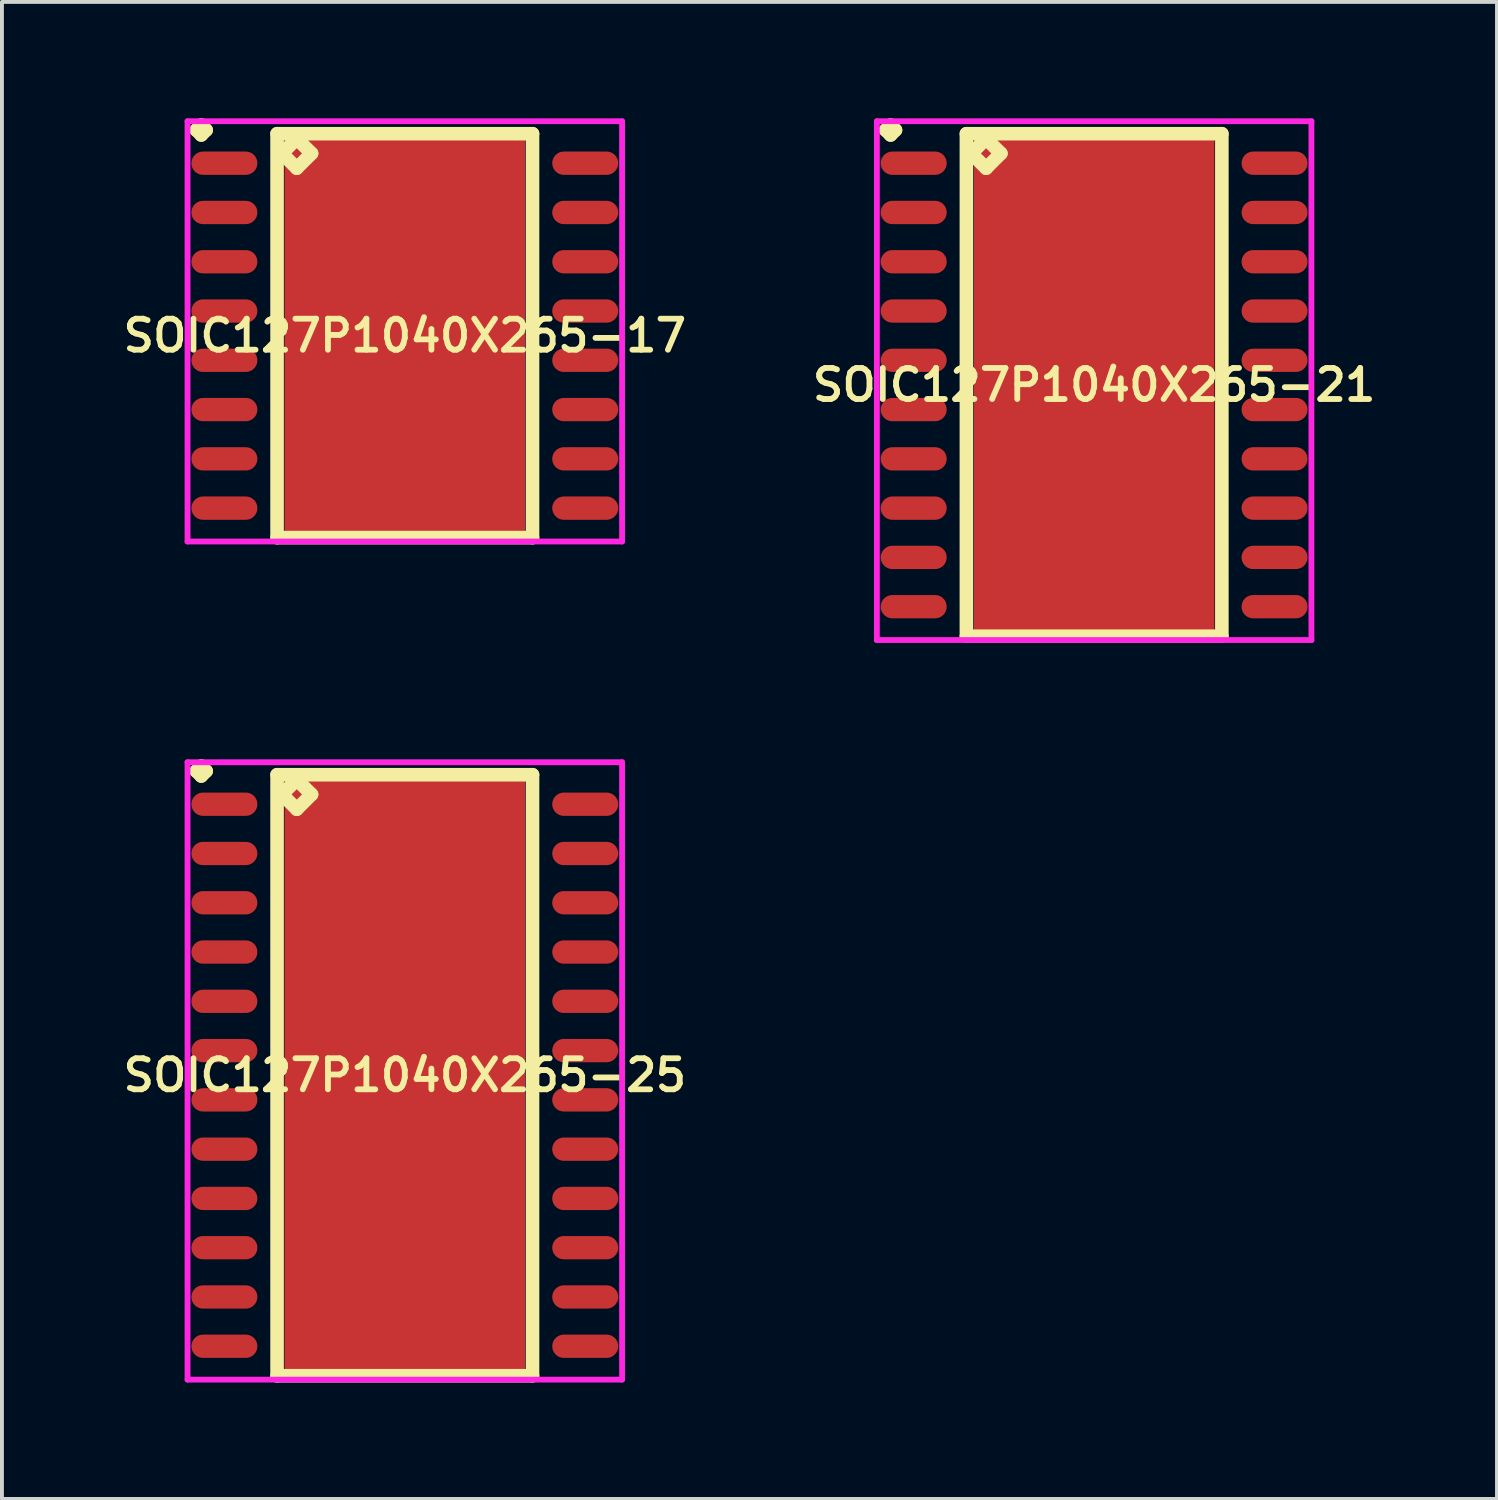
<source format=kicad_pcb>
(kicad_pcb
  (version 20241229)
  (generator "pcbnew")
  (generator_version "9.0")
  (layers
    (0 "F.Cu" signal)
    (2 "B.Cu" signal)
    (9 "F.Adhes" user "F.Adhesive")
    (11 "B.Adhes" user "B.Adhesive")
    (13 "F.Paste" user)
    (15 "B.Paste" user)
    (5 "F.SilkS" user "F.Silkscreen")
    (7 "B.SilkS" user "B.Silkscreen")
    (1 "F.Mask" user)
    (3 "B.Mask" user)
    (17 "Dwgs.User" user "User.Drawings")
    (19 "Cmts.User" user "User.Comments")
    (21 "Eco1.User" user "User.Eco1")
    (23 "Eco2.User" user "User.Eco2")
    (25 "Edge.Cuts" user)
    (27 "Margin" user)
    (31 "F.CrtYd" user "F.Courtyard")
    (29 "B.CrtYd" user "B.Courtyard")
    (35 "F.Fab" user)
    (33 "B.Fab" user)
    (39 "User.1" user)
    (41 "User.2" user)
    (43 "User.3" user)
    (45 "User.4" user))
  (footprint "SOIC127P1040X265-17"
    (layer "F.Cu")
    (at 7.383 5.601)
    (property "Reference" "SOIC127P1040X265-17" (at 0 0 0) (layer "F.SilkS") (effects (font (size 0.8 0.8) (thickness 0.15))))
    (attr smd)
    (fp_line (start -5.373 -5.299) (end -5.246 -5.426) (stroke (width 0.35) (type solid)) (layer "F.SilkS"))
    (fp_line (start -5.246 -5.426) (end -5.119 -5.299) (stroke (width 0.35) (type solid)) (layer "F.SilkS"))
    (fp_line (start -5.246 -5.172) (end -5.373 -5.299) (stroke (width 0.35) (type solid)) (layer "F.SilkS"))
    (fp_line (start -5.119 -5.299) (end -5.246 -5.172) (stroke (width 0.35) (type solid)) (layer "F.SilkS"))
    (fp_line (start -3.292 -5.205) (end -3.292 5.205) (stroke (width 0.35) (type solid)) (layer "F.SilkS"))
    (fp_line (start -3.292 5.205) (end 3.292 5.205) (stroke (width 0.35) (type solid)) (layer "F.SilkS"))
    (fp_line (start -3.165 -4.697) (end -2.784 -5.078) (stroke (width 0.35) (type solid)) (layer "F.SilkS"))
    (fp_line (start -2.784 -5.078) (end -2.403 -4.697) (stroke (width 0.35) (type solid)) (layer "F.SilkS"))
    (fp_line (start -2.784 -4.316) (end -3.165 -4.697) (stroke (width 0.35) (type solid)) (layer "F.SilkS"))
    (fp_line (start -2.403 -4.697) (end -2.784 -4.316) (stroke (width 0.35) (type solid)) (layer "F.SilkS"))
    (fp_line (start 3.292 -5.205) (end -3.292 -5.205) (stroke (width 0.35) (type solid)) (layer "F.SilkS"))
    (fp_line (start 3.292 5.205) (end 3.292 -5.205) (stroke (width 0.35) (type solid)) (layer "F.SilkS"))
    (fp_line (start -5.6 -5.526) (end 5.6 -5.526) (stroke (width 0.15) (type solid)) (layer "F.CrtYd"))
    (fp_line (start -5.6 5.305) (end -5.6 -5.526) (stroke (width 0.15) (type solid)) (layer "F.CrtYd"))
    (fp_line (start 5.6 -5.526) (end 5.6 5.305) (stroke (width 0.15) (type solid)) (layer "F.CrtYd"))
    (fp_line (start 5.6 5.305) (end -5.6 5.305) (stroke (width 0.15) (type solid)) (layer "F.CrtYd"))
    (pad "1" smd oval (at -4.65 -4.445) (size 1.7 0.6) (layers "F.Cu" "F.Mask" "F.Paste"))
    (pad "2" smd oval (at -4.65 -3.175) (size 1.7 0.6) (layers "F.Cu" "F.Mask" "F.Paste"))
    (pad "3" smd oval (at -4.65 -1.905) (size 1.7 0.6) (layers "F.Cu" "F.Mask" "F.Paste"))
    (pad "4" smd oval (at -4.65 -0.635) (size 1.7 0.6) (layers "F.Cu" "F.Mask" "F.Paste"))
    (pad "5" smd oval (at -4.65 0.635) (size 1.7 0.6) (layers "F.Cu" "F.Mask" "F.Paste"))
    (pad "6" smd oval (at -4.65 1.905) (size 1.7 0.6) (layers "F.Cu" "F.Mask" "F.Paste"))
    (pad "7" smd oval (at -4.65 3.175) (size 1.7 0.6) (layers "F.Cu" "F.Mask" "F.Paste"))
    (pad "8" smd oval (at -4.65 4.445) (size 1.7 0.6) (layers "F.Cu" "F.Mask" "F.Paste"))
    (pad "9" smd oval (at 4.65 4.445) (size 1.7 0.6) (layers "F.Cu" "F.Mask" "F.Paste"))
    (pad "10" smd oval (at 4.65 3.175) (size 1.7 0.6) (layers "F.Cu" "F.Mask" "F.Paste"))
    (pad "11" smd oval (at 4.65 1.905) (size 1.7 0.6) (layers "F.Cu" "F.Mask" "F.Paste"))
    (pad "12" smd oval (at 4.65 0.635) (size 1.7 0.6) (layers "F.Cu" "F.Mask" "F.Paste"))
    (pad "13" smd oval (at 4.65 -0.635) (size 1.7 0.6) (layers "F.Cu" "F.Mask" "F.Paste"))
    (pad "14" smd oval (at 4.65 -1.905) (size 1.7 0.6) (layers "F.Cu" "F.Mask" "F.Paste"))
    (pad "15" smd oval (at 4.65 -3.175) (size 1.7 0.6) (layers "F.Cu" "F.Mask" "F.Paste"))
    (pad "16" smd oval (at 4.65 -4.445) (size 1.7 0.6) (layers "F.Cu" "F.Mask" "F.Paste"))
    (pad "17" smd rect (at 0 0) (size 6.2 10.4) (layers "F.Cu" "F.Mask" "F.Paste")))
  (footprint "SOIC127P1040X265-21"
    (layer "F.Cu")
    (at 25.149 6.871)
    (property "Reference" "SOIC127P1040X265-21" (at 0 0 0) (layer "F.SilkS") (effects (font (size 0.8 0.8) (thickness 0.15))))
    (attr through_hole)
    (fp_line (start -5.373 -6.569) (end -5.246 -6.696) (stroke (width 0.35) (type solid)) (layer "F.SilkS"))
    (fp_line (start -5.246 -6.696) (end -5.119 -6.569) (stroke (width 0.35) (type solid)) (layer "F.SilkS"))
    (fp_line (start -5.246 -6.442) (end -5.373 -6.569) (stroke (width 0.35) (type solid)) (layer "F.SilkS"))
    (fp_line (start -5.119 -6.569) (end -5.246 -6.442) (stroke (width 0.35) (type solid)) (layer "F.SilkS"))
    (fp_line (start -3.292 -6.475) (end -3.292 6.475) (stroke (width 0.35) (type solid)) (layer "F.SilkS"))
    (fp_line (start -3.292 6.475) (end 3.292 6.475) (stroke (width 0.35) (type solid)) (layer "F.SilkS"))
    (fp_line (start -3.165 -5.967) (end -2.784 -6.348) (stroke (width 0.35) (type solid)) (layer "F.SilkS"))
    (fp_line (start -2.784 -6.348) (end -2.403 -5.967) (stroke (width 0.35) (type solid)) (layer "F.SilkS"))
    (fp_line (start -2.784 -5.586) (end -3.165 -5.967) (stroke (width 0.35) (type solid)) (layer "F.SilkS"))
    (fp_line (start -2.403 -5.967) (end -2.784 -5.586) (stroke (width 0.35) (type solid)) (layer "F.SilkS"))
    (fp_line (start 3.292 -6.475) (end -3.292 -6.475) (stroke (width 0.35) (type solid)) (layer "F.SilkS"))
    (fp_line (start 3.292 6.475) (end 3.292 -6.475) (stroke (width 0.35) (type solid)) (layer "F.SilkS"))
    (fp_line (start -5.6 -6.796) (end 5.6 -6.796) (stroke (width 0.15) (type solid)) (layer "F.CrtYd"))
    (fp_line (start -5.6 6.575) (end -5.6 -6.796) (stroke (width 0.15) (type solid)) (layer "F.CrtYd"))
    (fp_line (start 5.6 -6.796) (end 5.6 6.575) (stroke (width 0.15) (type solid)) (layer "F.CrtYd"))
    (fp_line (start 5.6 6.575) (end -5.6 6.575) (stroke (width 0.15) (type solid)) (layer "F.CrtYd"))
    (pad "1" smd oval (at -4.65 -5.715) (size 1.7 0.6) (layers "F.Cu" "F.Mask" "F.Paste"))
    (pad "2" smd oval (at -4.65 -4.445) (size 1.7 0.6) (layers "F.Cu" "F.Mask" "F.Paste"))
    (pad "3" smd oval (at -4.65 -3.175) (size 1.7 0.6) (layers "F.Cu" "F.Mask" "F.Paste"))
    (pad "4" smd oval (at -4.65 -1.905) (size 1.7 0.6) (layers "F.Cu" "F.Mask" "F.Paste"))
    (pad "5" smd oval (at -4.65 -0.635) (size 1.7 0.6) (layers "F.Cu" "F.Mask" "F.Paste"))
    (pad "6" smd oval (at -4.65 0.635) (size 1.7 0.6) (layers "F.Cu" "F.Mask" "F.Paste"))
    (pad "7" smd oval (at -4.65 1.905) (size 1.7 0.6) (layers "F.Cu" "F.Mask" "F.Paste"))
    (pad "8" smd oval (at -4.65 3.175) (size 1.7 0.6) (layers "F.Cu" "F.Mask" "F.Paste"))
    (pad "9" smd oval (at -4.65 4.445) (size 1.7 0.6) (layers "F.Cu" "F.Mask" "F.Paste"))
    (pad "10" smd oval (at -4.65 5.715) (size 1.7 0.6) (layers "F.Cu" "F.Mask" "F.Paste"))
    (pad "11" smd oval (at 4.65 5.715) (size 1.7 0.6) (layers "F.Cu" "F.Mask" "F.Paste"))
    (pad "12" smd oval (at 4.65 4.445) (size 1.7 0.6) (layers "F.Cu" "F.Mask" "F.Paste"))
    (pad "13" smd oval (at 4.65 3.175) (size 1.7 0.6) (layers "F.Cu" "F.Mask" "F.Paste"))
    (pad "14" smd oval (at 4.65 1.905) (size 1.7 0.6) (layers "F.Cu" "F.Mask" "F.Paste"))
    (pad "15" smd oval (at 4.65 0.635) (size 1.7 0.6) (layers "F.Cu" "F.Mask" "F.Paste"))
    (pad "16" smd oval (at 4.65 -0.635) (size 1.7 0.6) (layers "F.Cu" "F.Mask" "F.Paste"))
    (pad "17" smd oval (at 4.65 -1.905) (size 1.7 0.6) (layers "F.Cu" "F.Mask" "F.Paste"))
    (pad "18" smd oval (at 4.65 -3.175) (size 1.7 0.6) (layers "F.Cu" "F.Mask" "F.Paste"))
    (pad "19" smd oval (at 4.65 -4.445) (size 1.7 0.6) (layers "F.Cu" "F.Mask" "F.Paste"))
    (pad "20" smd oval (at 4.65 -5.715) (size 1.7 0.6) (layers "F.Cu" "F.Mask" "F.Paste"))
    (pad "21" smd rect (at 0 0) (size 6.2 12.95) (layers "F.Cu" "F.Mask" "F.Paste")))
  (footprint "SOIC127P1040X265-25"
    (layer "F.Cu")
    (at 7.383 24.662)
    (property "Reference" "SOIC127P1040X265-25" (at 0 0 0) (layer "F.SilkS") (effects (font (size 0.8 0.8) (thickness 0.15))))
    (attr smd)
    (fp_line (start -5.373 -7.839) (end -5.246 -7.966) (stroke (width 0.35) (type solid)) (layer "F.SilkS"))
    (fp_line (start -5.246 -7.966) (end -5.119 -7.839) (stroke (width 0.35) (type solid)) (layer "F.SilkS"))
    (fp_line (start -5.246 -7.712) (end -5.373 -7.839) (stroke (width 0.35) (type solid)) (layer "F.SilkS"))
    (fp_line (start -5.119 -7.839) (end -5.246 -7.712) (stroke (width 0.35) (type solid)) (layer "F.SilkS"))
    (fp_line (start -3.292 -7.745) (end -3.292 7.745) (stroke (width 0.35) (type solid)) (layer "F.SilkS"))
    (fp_line (start -3.292 7.745) (end 3.292 7.745) (stroke (width 0.35) (type solid)) (layer "F.SilkS"))
    (fp_line (start -3.165 -7.237) (end -2.784 -7.618) (stroke (width 0.35) (type solid)) (layer "F.SilkS"))
    (fp_line (start -2.784 -7.618) (end -2.403 -7.237) (stroke (width 0.35) (type solid)) (layer "F.SilkS"))
    (fp_line (start -2.784 -6.856) (end -3.165 -7.237) (stroke (width 0.35) (type solid)) (layer "F.SilkS"))
    (fp_line (start -2.403 -7.237) (end -2.784 -6.856) (stroke (width 0.35) (type solid)) (layer "F.SilkS"))
    (fp_line (start 3.292 -7.745) (end -3.292 -7.745) (stroke (width 0.35) (type solid)) (layer "F.SilkS"))
    (fp_line (start 3.292 7.745) (end 3.292 -7.745) (stroke (width 0.35) (type solid)) (layer "F.SilkS"))
    (fp_line (start -5.6 -8.066) (end 5.6 -8.066) (stroke (width 0.15) (type solid)) (layer "F.CrtYd"))
    (fp_line (start -5.6 7.845) (end -5.6 -8.066) (stroke (width 0.15) (type solid)) (layer "F.CrtYd"))
    (fp_line (start 5.6 -8.066) (end 5.6 7.845) (stroke (width 0.15) (type solid)) (layer "F.CrtYd"))
    (fp_line (start 5.6 7.845) (end -5.6 7.845) (stroke (width 0.15) (type solid)) (layer "F.CrtYd"))
    (pad "1" smd oval (at -4.65 -6.985) (size 1.7 0.6) (layers "F.Cu" "F.Mask" "F.Paste"))
    (pad "2" smd oval (at -4.65 -5.715) (size 1.7 0.6) (layers "F.Cu" "F.Mask" "F.Paste"))
    (pad "3" smd oval (at -4.65 -4.445) (size 1.7 0.6) (layers "F.Cu" "F.Mask" "F.Paste"))
    (pad "4" smd oval (at -4.65 -3.175) (size 1.7 0.6) (layers "F.Cu" "F.Mask" "F.Paste"))
    (pad "5" smd oval (at -4.65 -1.905) (size 1.7 0.6) (layers "F.Cu" "F.Mask" "F.Paste"))
    (pad "6" smd oval (at -4.65 -0.635) (size 1.7 0.6) (layers "F.Cu" "F.Mask" "F.Paste"))
    (pad "7" smd oval (at -4.65 0.635) (size 1.7 0.6) (layers "F.Cu" "F.Mask" "F.Paste"))
    (pad "8" smd oval (at -4.65 1.905) (size 1.7 0.6) (layers "F.Cu" "F.Mask" "F.Paste"))
    (pad "9" smd oval (at -4.65 3.175) (size 1.7 0.6) (layers "F.Cu" "F.Mask" "F.Paste"))
    (pad "10" smd oval (at -4.65 4.445) (size 1.7 0.6) (layers "F.Cu" "F.Mask" "F.Paste"))
    (pad "11" smd oval (at -4.65 5.715) (size 1.7 0.6) (layers "F.Cu" "F.Mask" "F.Paste"))
    (pad "12" smd oval (at -4.65 6.985) (size 1.7 0.6) (layers "F.Cu" "F.Mask" "F.Paste"))
    (pad "13" smd oval (at 4.65 6.985) (size 1.7 0.6) (layers "F.Cu" "F.Mask" "F.Paste"))
    (pad "14" smd oval (at 4.65 5.715) (size 1.7 0.6) (layers "F.Cu" "F.Mask" "F.Paste"))
    (pad "15" smd oval (at 4.65 4.445) (size 1.7 0.6) (layers "F.Cu" "F.Mask" "F.Paste"))
    (pad "16" smd oval (at 4.65 3.175) (size 1.7 0.6) (layers "F.Cu" "F.Mask" "F.Paste"))
    (pad "17" smd oval (at 4.65 1.905) (size 1.7 0.6) (layers "F.Cu" "F.Mask" "F.Paste"))
    (pad "18" smd oval (at 4.65 0.635) (size 1.7 0.6) (layers "F.Cu" "F.Mask" "F.Paste"))
    (pad "19" smd oval (at 4.65 -0.635) (size 1.7 0.6) (layers "F.Cu" "F.Mask" "F.Paste"))
    (pad "20" smd oval (at 4.65 -1.905) (size 1.7 0.6) (layers "F.Cu" "F.Mask" "F.Paste"))
    (pad "21" smd oval (at 4.65 -3.175) (size 1.7 0.6) (layers "F.Cu" "F.Mask" "F.Paste"))
    (pad "22" smd oval (at 4.65 -4.445) (size 1.7 0.6) (layers "F.Cu" "F.Mask" "F.Paste"))
    (pad "23" smd oval (at 4.65 -5.715) (size 1.7 0.6) (layers "F.Cu" "F.Mask" "F.Paste"))
    (pad "24" smd oval (at 4.65 -6.985) (size 1.7 0.6) (layers "F.Cu" "F.Mask" "F.Paste"))
    (pad "25" smd rect (at 0 0) (size 6.2 15.45) (layers "F.Cu" "F.Mask" "F.Paste")))
  (gr_rect
    (start -3 -3)
    (end 35.532 35.582)
    (stroke (width 0.1) (type default))
    (fill no)
    (layer "Edge.Cuts")))
</source>
